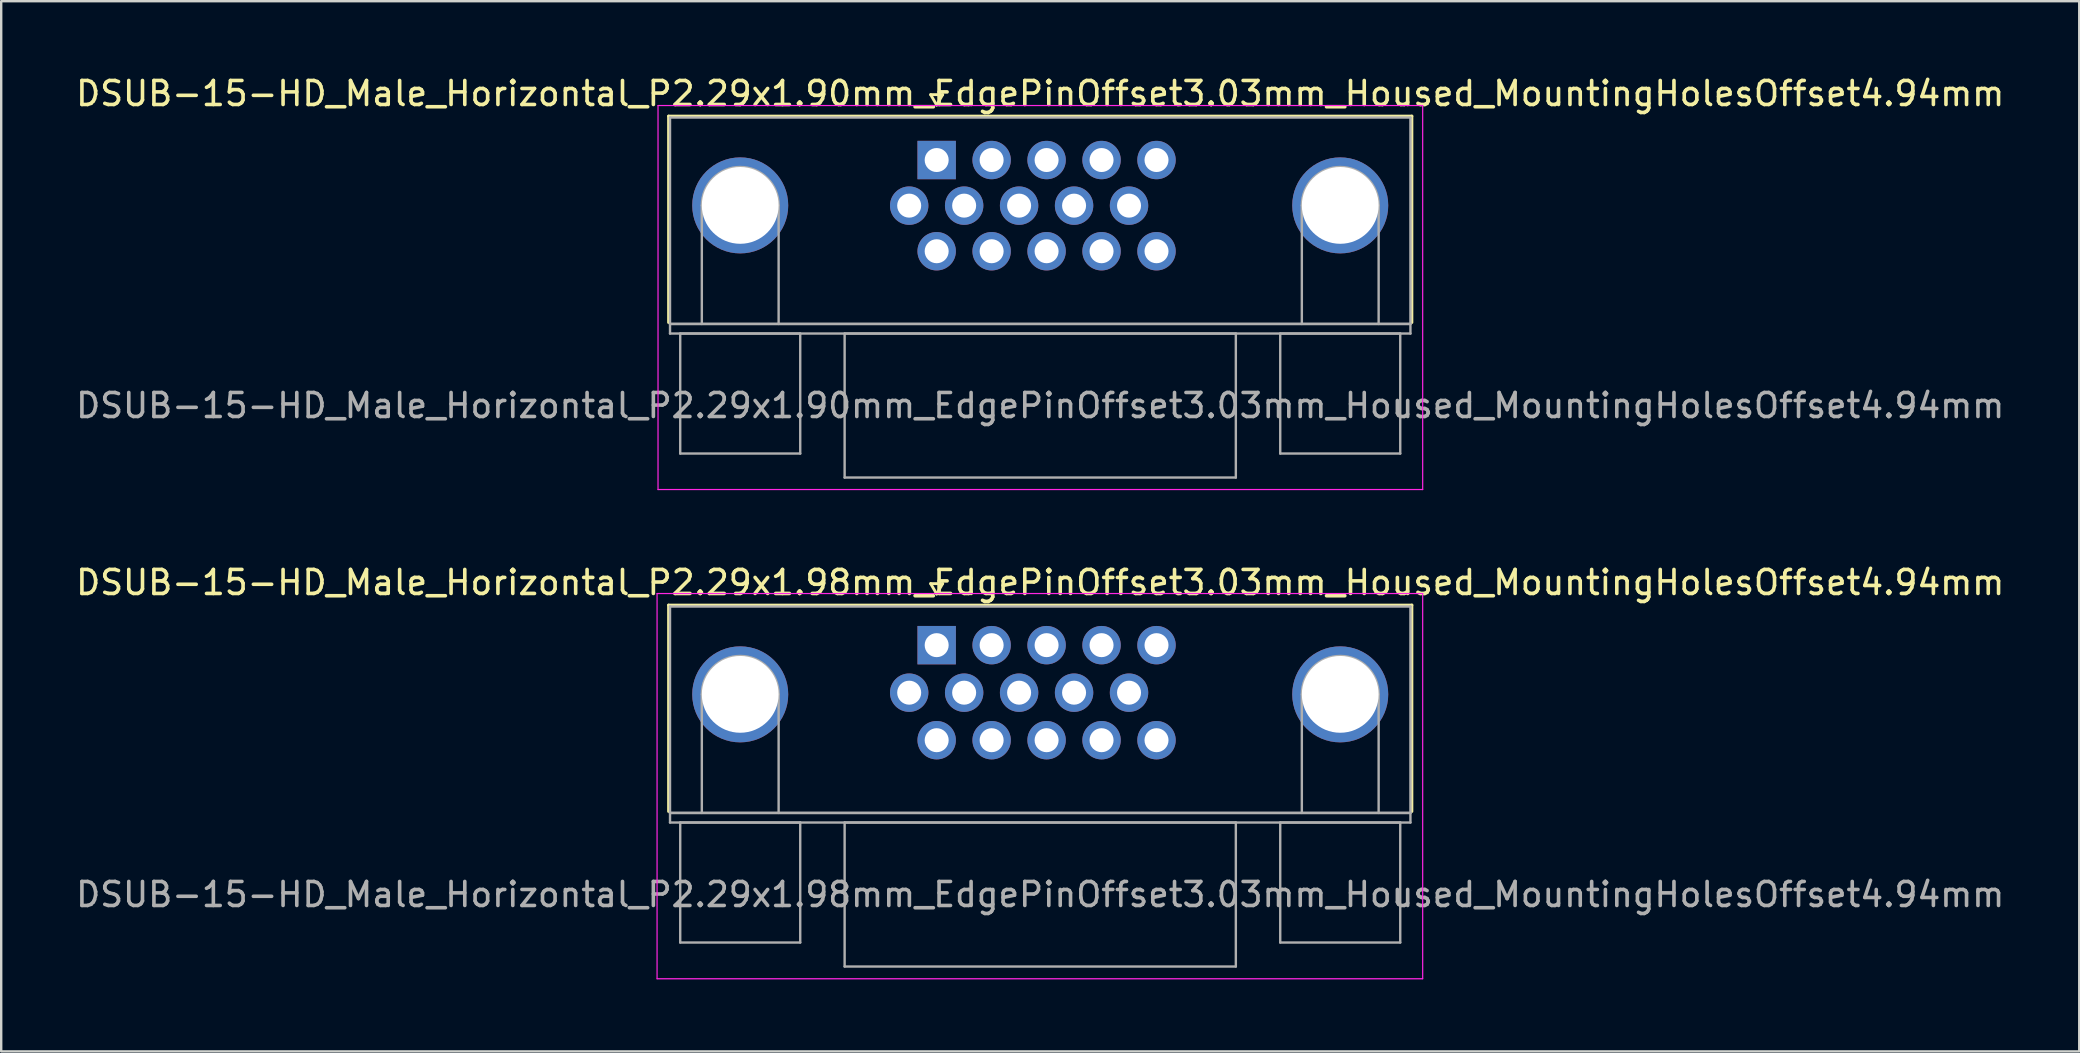
<source format=kicad_pcb>
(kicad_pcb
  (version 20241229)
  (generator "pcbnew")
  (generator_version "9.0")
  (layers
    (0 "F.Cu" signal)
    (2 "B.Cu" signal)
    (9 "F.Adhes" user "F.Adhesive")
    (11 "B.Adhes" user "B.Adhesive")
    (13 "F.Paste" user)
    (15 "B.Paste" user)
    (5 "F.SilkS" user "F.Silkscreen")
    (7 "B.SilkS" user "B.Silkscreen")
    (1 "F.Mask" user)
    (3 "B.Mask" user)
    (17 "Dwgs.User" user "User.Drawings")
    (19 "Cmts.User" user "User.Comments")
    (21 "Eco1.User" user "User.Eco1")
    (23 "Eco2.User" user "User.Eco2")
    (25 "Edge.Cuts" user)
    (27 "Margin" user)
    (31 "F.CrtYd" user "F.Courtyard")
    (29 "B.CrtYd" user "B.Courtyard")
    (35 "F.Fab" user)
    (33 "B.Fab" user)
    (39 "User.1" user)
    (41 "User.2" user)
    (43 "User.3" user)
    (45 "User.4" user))
  (footprint "DSUB-15-HD_Male_Horizontal_P2.29x1.90mm_EdgePinOffset3.03mm_Housed_MountingHolesOffset4.94mm"
    (layer "F.Cu")
    (at 35.977 3.618)
    (property "Reference" "DSUB-15-HD_Male_Horizontal_P2.29x1.90mm_EdgePinOffset3.03mm_Housed_MountingHolesOffset4.94mm" (at 4.315 -2.77 0) (layer "F.SilkS") (effects (font (size 1 1) (thickness 0.15))))
    (attr through_hole)
    (fp_line (start -11.17 -1.83) (end 19.8 -1.83) (stroke (width 0.12) (type solid)) (layer "F.SilkS"))
    (fp_line (start -11.17 6.77) (end -11.17 -1.83) (stroke (width 0.12) (type solid)) (layer "F.SilkS"))
    (fp_line (start -0.25 -2.724) (end 0.25 -2.724) (stroke (width 0.12) (type solid)) (layer "F.SilkS"))
    (fp_line (start 0 -2.291) (end -0.25 -2.724) (stroke (width 0.12) (type solid)) (layer "F.SilkS"))
    (fp_line (start 0.25 -2.724) (end 0 -2.291) (stroke (width 0.12) (type solid)) (layer "F.SilkS"))
    (fp_line (start 19.8 -1.83) (end 19.8 6.77) (stroke (width 0.12) (type solid)) (layer "F.SilkS"))
    (fp_line (start -11.61 -2.27) (end -11.61 13.73) (stroke (width 0.05) (type solid)) (layer "F.CrtYd"))
    (fp_line (start -11.61 13.73) (end 20.25 13.73) (stroke (width 0.05) (type solid)) (layer "F.CrtYd"))
    (fp_line (start 20.25 -2.27) (end -11.61 -2.27) (stroke (width 0.05) (type solid)) (layer "F.CrtYd"))
    (fp_line (start 20.25 13.73) (end 20.25 -2.27) (stroke (width 0.05) (type solid)) (layer "F.CrtYd"))
    (fp_line (start -11.11 -1.77) (end -11.11 6.83) (stroke (width 0.1) (type solid)) (layer "F.Fab"))
    (fp_line (start -11.11 6.83) (end -11.11 7.23) (stroke (width 0.1) (type solid)) (layer "F.Fab"))
    (fp_line (start -11.11 6.83) (end 19.74 6.83) (stroke (width 0.1) (type solid)) (layer "F.Fab"))
    (fp_line (start -11.11 7.23) (end 19.74 7.23) (stroke (width 0.1) (type solid)) (layer "F.Fab"))
    (fp_line (start -10.685 7.23) (end -10.685 12.23) (stroke (width 0.1) (type solid)) (layer "F.Fab"))
    (fp_line (start -10.685 12.23) (end -5.685 12.23) (stroke (width 0.1) (type solid)) (layer "F.Fab"))
    (fp_line (start -9.785 6.83) (end -9.785 1.89) (stroke (width 0.1) (type solid)) (layer "F.Fab"))
    (fp_line (start -6.585 6.83) (end -6.585 1.89) (stroke (width 0.1) (type solid)) (layer "F.Fab"))
    (fp_line (start -5.685 7.23) (end -10.685 7.23) (stroke (width 0.1) (type solid)) (layer "F.Fab"))
    (fp_line (start -5.685 12.23) (end -5.685 7.23) (stroke (width 0.1) (type solid)) (layer "F.Fab"))
    (fp_line (start -3.835 7.23) (end -3.835 13.23) (stroke (width 0.1) (type solid)) (layer "F.Fab"))
    (fp_line (start -3.835 13.23) (end 12.465 13.23) (stroke (width 0.1) (type solid)) (layer "F.Fab"))
    (fp_line (start 12.465 7.23) (end -3.835 7.23) (stroke (width 0.1) (type solid)) (layer "F.Fab"))
    (fp_line (start 12.465 13.23) (end 12.465 7.23) (stroke (width 0.1) (type solid)) (layer "F.Fab"))
    (fp_line (start 14.315 7.23) (end 14.315 12.23) (stroke (width 0.1) (type solid)) (layer "F.Fab"))
    (fp_line (start 14.315 12.23) (end 19.315 12.23) (stroke (width 0.1) (type solid)) (layer "F.Fab"))
    (fp_line (start 15.215 6.83) (end 15.215 1.89) (stroke (width 0.1) (type solid)) (layer "F.Fab"))
    (fp_line (start 18.415 6.83) (end 18.415 1.89) (stroke (width 0.1) (type solid)) (layer "F.Fab"))
    (fp_line (start 19.315 7.23) (end 14.315 7.23) (stroke (width 0.1) (type solid)) (layer "F.Fab"))
    (fp_line (start 19.315 12.23) (end 19.315 7.23) (stroke (width 0.1) (type solid)) (layer "F.Fab"))
    (fp_line (start 19.74 -1.77) (end -11.11 -1.77) (stroke (width 0.1) (type solid)) (layer "F.Fab"))
    (fp_line (start 19.74 6.83) (end -11.11 6.83) (stroke (width 0.1) (type solid)) (layer "F.Fab"))
    (fp_line (start 19.74 6.83) (end 19.74 -1.77) (stroke (width 0.1) (type solid)) (layer "F.Fab"))
    (fp_line (start 19.74 7.23) (end 19.74 6.83) (stroke (width 0.1) (type solid)) (layer "F.Fab"))
    (fp_arc (start -9.785 1.89) (mid -8.185 0.29) (end -6.585 1.89) (stroke (width 0.1) (type solid)) (layer "F.Fab"))
    (fp_arc (start 15.215 1.89) (mid 16.815 0.29) (end 18.415 1.89) (stroke (width 0.1) (type solid)) (layer "F.Fab"))
    (fp_text user "${REFERENCE}" (at 4.315 10.23 0) (layer "F.Fab") (effects (font (size 1 1) (thickness 0.15))))
    (pad "0" thru_hole circle (at -8.185 1.89) (size 4 4) (drill 3.2) (layers "*.Cu" "*.Mask"))
    (pad "0" thru_hole circle (at 16.815 1.89) (size 4 4) (drill 3.2) (layers "*.Cu" "*.Mask"))
    (pad "1" thru_hole rect (at 0 0) (size 1.6 1.6) (drill 1) (layers "*.Cu" "*.Mask"))
    (pad "2" thru_hole circle (at 2.29 0) (size 1.6 1.6) (drill 1) (layers "*.Cu" "*.Mask"))
    (pad "3" thru_hole circle (at 4.58 0) (size 1.6 1.6) (drill 1) (layers "*.Cu" "*.Mask"))
    (pad "4" thru_hole circle (at 6.87 0) (size 1.6 1.6) (drill 1) (layers "*.Cu" "*.Mask"))
    (pad "5" thru_hole circle (at 9.16 0) (size 1.6 1.6) (drill 1) (layers "*.Cu" "*.Mask"))
    (pad "6" thru_hole circle (at -1.145 1.9) (size 1.6 1.6) (drill 1) (layers "*.Cu" "*.Mask"))
    (pad "7" thru_hole circle (at 1.145 1.9) (size 1.6 1.6) (drill 1) (layers "*.Cu" "*.Mask"))
    (pad "8" thru_hole circle (at 3.435 1.9) (size 1.6 1.6) (drill 1) (layers "*.Cu" "*.Mask"))
    (pad "9" thru_hole circle (at 5.725 1.9) (size 1.6 1.6) (drill 1) (layers "*.Cu" "*.Mask"))
    (pad "10" thru_hole circle (at 8.015 1.9) (size 1.6 1.6) (drill 1) (layers "*.Cu" "*.Mask"))
    (pad "11" thru_hole circle (at 0 3.8) (size 1.6 1.6) (drill 1) (layers "*.Cu" "*.Mask"))
    (pad "12" thru_hole circle (at 2.29 3.8) (size 1.6 1.6) (drill 1) (layers "*.Cu" "*.Mask"))
    (pad "13" thru_hole circle (at 4.58 3.8) (size 1.6 1.6) (drill 1) (layers "*.Cu" "*.Mask"))
    (pad "14" thru_hole circle (at 6.87 3.8) (size 1.6 1.6) (drill 1) (layers "*.Cu" "*.Mask"))
    (pad "15" thru_hole circle (at 9.16 3.8) (size 1.6 1.6) (drill 1) (layers "*.Cu" "*.Mask")))
  (footprint "DSUB-15-HD_Male_Horizontal_P2.29x1.98mm_EdgePinOffset3.03mm_Housed_MountingHolesOffset4.94mm"
    (layer "F.Cu")
    (at 35.977 23.831)
    (property "Reference" "DSUB-15-HD_Male_Horizontal_P2.29x1.98mm_EdgePinOffset3.03mm_Housed_MountingHolesOffset4.94mm" (at 4.315 -2.61 0) (layer "F.SilkS") (effects (font (size 1 1) (thickness 0.15))))
    (attr through_hole)
    (fp_line (start -11.17 -1.67) (end 19.8 -1.67) (stroke (width 0.12) (type solid)) (layer "F.SilkS"))
    (fp_line (start -11.17 6.93) (end -11.17 -1.67) (stroke (width 0.12) (type solid)) (layer "F.SilkS"))
    (fp_line (start -0.25 -2.564) (end 0.25 -2.564) (stroke (width 0.12) (type solid)) (layer "F.SilkS"))
    (fp_line (start 0 -2.131) (end -0.25 -2.564) (stroke (width 0.12) (type solid)) (layer "F.SilkS"))
    (fp_line (start 0.25 -2.564) (end 0 -2.131) (stroke (width 0.12) (type solid)) (layer "F.SilkS"))
    (fp_line (start 19.8 -1.67) (end 19.8 6.93) (stroke (width 0.12) (type solid)) (layer "F.SilkS"))
    (fp_line (start -11.65 -2.15) (end -11.65 13.9) (stroke (width 0.05) (type solid)) (layer "F.CrtYd"))
    (fp_line (start -11.65 13.9) (end 20.25 13.9) (stroke (width 0.05) (type solid)) (layer "F.CrtYd"))
    (fp_line (start 20.25 -2.15) (end -11.65 -2.15) (stroke (width 0.05) (type solid)) (layer "F.CrtYd"))
    (fp_line (start 20.25 13.9) (end 20.25 -2.15) (stroke (width 0.05) (type solid)) (layer "F.CrtYd"))
    (fp_line (start -11.11 -1.61) (end -11.11 6.99) (stroke (width 0.1) (type solid)) (layer "F.Fab"))
    (fp_line (start -11.11 6.99) (end -11.11 7.39) (stroke (width 0.1) (type solid)) (layer "F.Fab"))
    (fp_line (start -11.11 6.99) (end 19.74 6.99) (stroke (width 0.1) (type solid)) (layer "F.Fab"))
    (fp_line (start -11.11 7.39) (end 19.74 7.39) (stroke (width 0.1) (type solid)) (layer "F.Fab"))
    (fp_line (start -10.685 7.39) (end -10.685 12.39) (stroke (width 0.1) (type solid)) (layer "F.Fab"))
    (fp_line (start -10.685 12.39) (end -5.685 12.39) (stroke (width 0.1) (type solid)) (layer "F.Fab"))
    (fp_line (start -9.785 6.99) (end -9.785 2.05) (stroke (width 0.1) (type solid)) (layer "F.Fab"))
    (fp_line (start -6.585 6.99) (end -6.585 2.05) (stroke (width 0.1) (type solid)) (layer "F.Fab"))
    (fp_line (start -5.685 7.39) (end -10.685 7.39) (stroke (width 0.1) (type solid)) (layer "F.Fab"))
    (fp_line (start -5.685 12.39) (end -5.685 7.39) (stroke (width 0.1) (type solid)) (layer "F.Fab"))
    (fp_line (start -3.835 7.39) (end -3.835 13.39) (stroke (width 0.1) (type solid)) (layer "F.Fab"))
    (fp_line (start -3.835 13.39) (end 12.465 13.39) (stroke (width 0.1) (type solid)) (layer "F.Fab"))
    (fp_line (start 12.465 7.39) (end -3.835 7.39) (stroke (width 0.1) (type solid)) (layer "F.Fab"))
    (fp_line (start 12.465 13.39) (end 12.465 7.39) (stroke (width 0.1) (type solid)) (layer "F.Fab"))
    (fp_line (start 14.315 7.39) (end 14.315 12.39) (stroke (width 0.1) (type solid)) (layer "F.Fab"))
    (fp_line (start 14.315 12.39) (end 19.315 12.39) (stroke (width 0.1) (type solid)) (layer "F.Fab"))
    (fp_line (start 15.215 6.99) (end 15.215 2.05) (stroke (width 0.1) (type solid)) (layer "F.Fab"))
    (fp_line (start 18.415 6.99) (end 18.415 2.05) (stroke (width 0.1) (type solid)) (layer "F.Fab"))
    (fp_line (start 19.315 7.39) (end 14.315 7.39) (stroke (width 0.1) (type solid)) (layer "F.Fab"))
    (fp_line (start 19.315 12.39) (end 19.315 7.39) (stroke (width 0.1) (type solid)) (layer "F.Fab"))
    (fp_line (start 19.74 -1.61) (end -11.11 -1.61) (stroke (width 0.1) (type solid)) (layer "F.Fab"))
    (fp_line (start 19.74 6.99) (end -11.11 6.99) (stroke (width 0.1) (type solid)) (layer "F.Fab"))
    (fp_line (start 19.74 6.99) (end 19.74 -1.61) (stroke (width 0.1) (type solid)) (layer "F.Fab"))
    (fp_line (start 19.74 7.39) (end 19.74 6.99) (stroke (width 0.1) (type solid)) (layer "F.Fab"))
    (fp_arc (start -9.785 2.05) (mid -8.185 0.45) (end -6.585 2.05) (stroke (width 0.1) (type solid)) (layer "F.Fab"))
    (fp_arc (start 15.215 2.05) (mid 16.815 0.45) (end 18.415 2.05) (stroke (width 0.1) (type solid)) (layer "F.Fab"))
    (fp_text user "${REFERENCE}" (at 4.315 10.39 0) (layer "F.Fab") (effects (font (size 1 1) (thickness 0.15))))
    (pad "0" thru_hole circle (at -8.185 2.05) (size 4 4) (drill 3.2) (layers "*.Cu" "*.Mask"))
    (pad "0" thru_hole circle (at 16.815 2.05) (size 4 4) (drill 3.2) (layers "*.Cu" "*.Mask"))
    (pad "1" thru_hole rect (at 0 0) (size 1.6 1.6) (drill 1) (layers "*.Cu" "*.Mask"))
    (pad "2" thru_hole circle (at 2.29 0) (size 1.6 1.6) (drill 1) (layers "*.Cu" "*.Mask"))
    (pad "3" thru_hole circle (at 4.58 0) (size 1.6 1.6) (drill 1) (layers "*.Cu" "*.Mask"))
    (pad "4" thru_hole circle (at 6.87 0) (size 1.6 1.6) (drill 1) (layers "*.Cu" "*.Mask"))
    (pad "5" thru_hole circle (at 9.16 0) (size 1.6 1.6) (drill 1) (layers "*.Cu" "*.Mask"))
    (pad "6" thru_hole circle (at -1.145 1.98) (size 1.6 1.6) (drill 1) (layers "*.Cu" "*.Mask"))
    (pad "7" thru_hole circle (at 1.145 1.98) (size 1.6 1.6) (drill 1) (layers "*.Cu" "*.Mask"))
    (pad "8" thru_hole circle (at 3.435 1.98) (size 1.6 1.6) (drill 1) (layers "*.Cu" "*.Mask"))
    (pad "9" thru_hole circle (at 5.725 1.98) (size 1.6 1.6) (drill 1) (layers "*.Cu" "*.Mask"))
    (pad "10" thru_hole circle (at 8.015 1.98) (size 1.6 1.6) (drill 1) (layers "*.Cu" "*.Mask"))
    (pad "11" thru_hole circle (at 0 3.96) (size 1.6 1.6) (drill 1) (layers "*.Cu" "*.Mask"))
    (pad "12" thru_hole circle (at 2.29 3.96) (size 1.6 1.6) (drill 1) (layers "*.Cu" "*.Mask"))
    (pad "13" thru_hole circle (at 4.58 3.96) (size 1.6 1.6) (drill 1) (layers "*.Cu" "*.Mask"))
    (pad "14" thru_hole circle (at 6.87 3.96) (size 1.6 1.6) (drill 1) (layers "*.Cu" "*.Mask"))
    (pad "15" thru_hole circle (at 9.16 3.96) (size 1.6 1.6) (drill 1) (layers "*.Cu" "*.Mask")))
  (gr_rect
    (start -3 -3)
    (end 83.583 40.757)
    (stroke (width 0.1) (type default))
    (fill no)
    (layer "Edge.Cuts")))
</source>
